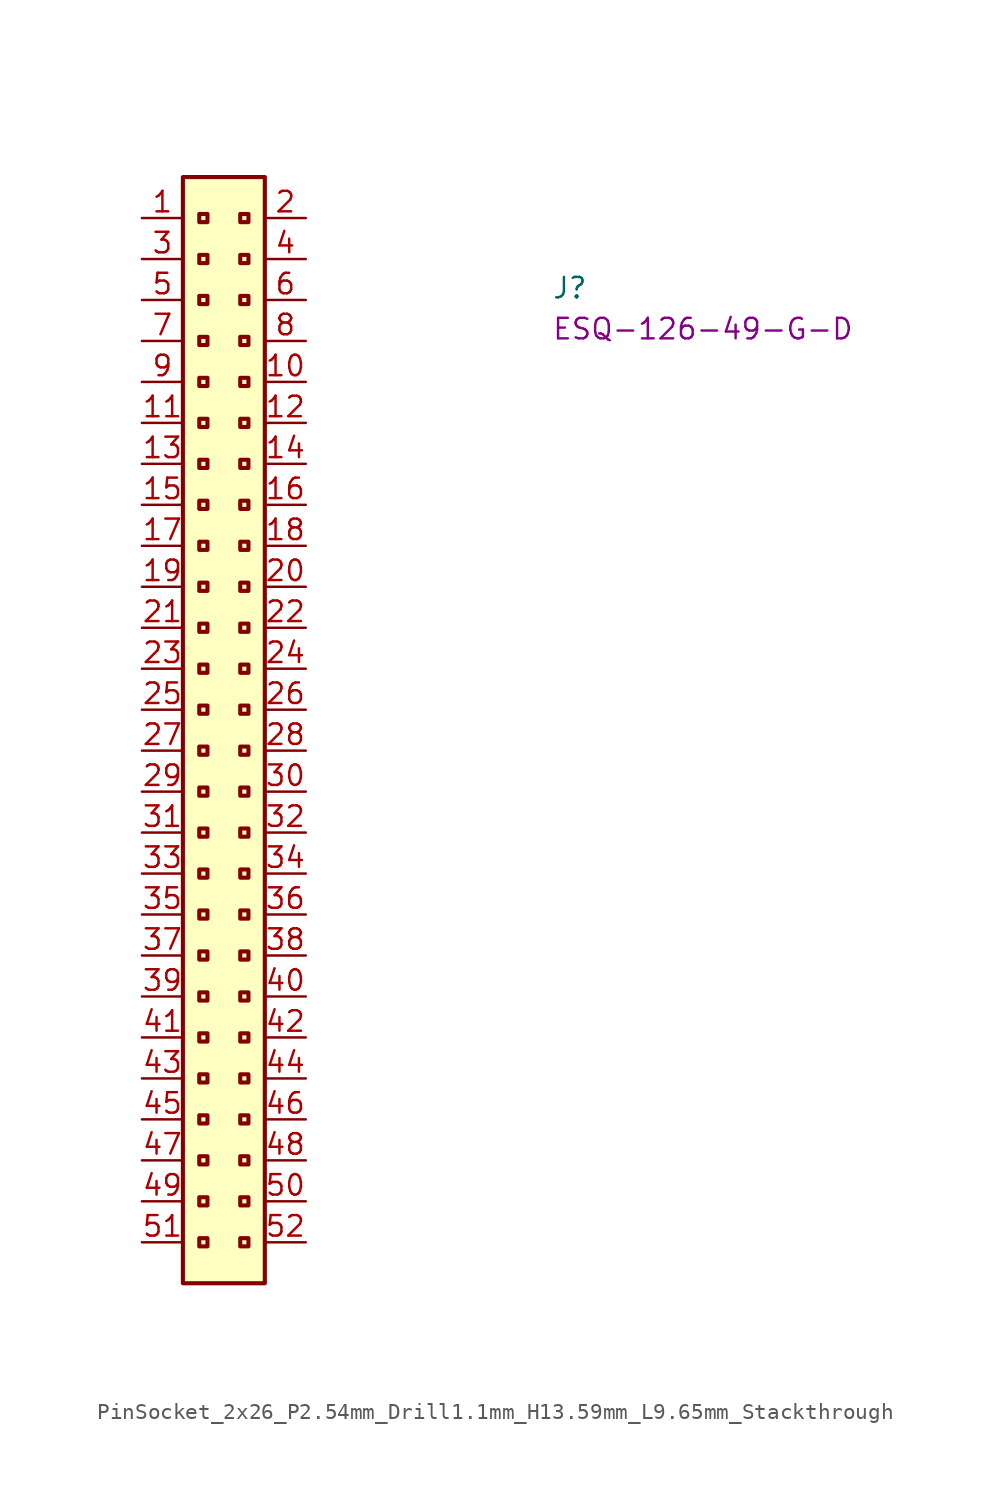
<source format=kicad_sym>
(kicad_symbol_lib
  (version 20220914)
  (generator kicad_symbol_editor)
  (symbol "PinSocket_2x26_P2.54mm_Drill1.1mm_H13.59mm_L9.65mm_Stackthrough"
    (property "Reference" "J"
      (at 25.4 -5.08 0)
      (effects (font (size 1.27 1.27) (thickness 0.15)) (justify left bottom)))
    (property "MPN" "ESQ-126-49-G-D"
      (at 25.4 -7.62 0)
      (effects (font (size 1.27 1.27) (thickness 0.15)) (justify left bottom)))
    (symbol "PinSocket_2x26_P2.54mm_Drill1.1mm_H13.59mm_L9.65mm_Stackthrough_1_1"
      (rectangle (start 2.54 2.54) (end 7.62 -66.04) (stroke (width 0.254) (type default)) (fill (type background)))
      (rectangle (start 3.556 -63.246) (end 4.064 -63.754) (stroke (width 0.254) (type default)) (fill (type background)))
      (rectangle (start 3.556 -60.706) (end 4.064 -61.214) (stroke (width 0.254) (type default)) (fill (type background)))
      (rectangle (start 3.556 -58.166) (end 4.064 -58.674) (stroke (width 0.254) (type default)) (fill (type background)))
      (rectangle (start 3.556 -55.626) (end 4.064 -56.134) (stroke (width 0.254) (type default)) (fill (type background)))
      (rectangle (start 3.556 -53.086) (end 4.064 -53.594) (stroke (width 0.254) (type default)) (fill (type background)))
      (rectangle (start 3.556 -50.546) (end 4.064 -51.054) (stroke (width 0.254) (type default)) (fill (type background)))
      (rectangle (start 3.556 -48.006) (end 4.064 -48.514) (stroke (width 0.254) (type default)) (fill (type background)))
      (rectangle (start 3.556 -45.466) (end 4.064 -45.974) (stroke (width 0.254) (type default)) (fill (type background)))
      (rectangle (start 3.556 -42.926) (end 4.064 -43.434) (stroke (width 0.254) (type default)) (fill (type background)))
      (rectangle (start 3.556 -40.386) (end 4.064 -40.894) (stroke (width 0.254) (type default)) (fill (type background)))
      (rectangle (start 3.556 -37.846) (end 4.064 -38.354) (stroke (width 0.254) (type default)) (fill (type background)))
      (rectangle (start 3.556 -35.306) (end 4.064 -35.814) (stroke (width 0.254) (type default)) (fill (type background)))
      (rectangle (start 3.556 -32.766) (end 4.064 -33.274) (stroke (width 0.254) (type default)) (fill (type background)))
      (rectangle (start 3.556 -30.226) (end 4.064 -30.734) (stroke (width 0.254) (type default)) (fill (type background)))
      (rectangle (start 3.556 -27.686) (end 4.064 -28.194) (stroke (width 0.254) (type default)) (fill (type background)))
      (rectangle (start 3.556 -25.146) (end 4.064 -25.654) (stroke (width 0.254) (type default)) (fill (type background)))
      (rectangle (start 3.556 -22.606) (end 4.064 -23.114) (stroke (width 0.254) (type default)) (fill (type background)))
      (rectangle (start 3.556 -20.066) (end 4.064 -20.574) (stroke (width 0.254) (type default)) (fill (type background)))
      (rectangle (start 3.556 -17.526) (end 4.064 -18.034) (stroke (width 0.254) (type default)) (fill (type background)))
      (rectangle (start 3.556 -14.986) (end 4.064 -15.494) (stroke (width 0.254) (type default)) (fill (type background)))
      (rectangle (start 3.556 -12.446) (end 4.064 -12.954) (stroke (width 0.254) (type default)) (fill (type background)))
      (rectangle (start 3.556 -9.906) (end 4.064 -10.414) (stroke (width 0.254) (type default)) (fill (type background)))
      (rectangle (start 3.556 -7.366) (end 4.064 -7.874) (stroke (width 0.254) (type default)) (fill (type background)))
      (rectangle (start 3.556 -4.826) (end 4.064 -5.334) (stroke (width 0.254) (type default)) (fill (type background)))
      (rectangle (start 3.556 -2.286) (end 4.064 -2.794) (stroke (width 0.254) (type default)) (fill (type background)))
      (rectangle (start 3.556 0.254) (end 4.064 -0.254) (stroke (width 0.254) (type default)) (fill (type background)))
      (rectangle (start 6.096 -63.246) (end 6.604 -63.754) (stroke (width 0.254) (type default)) (fill (type background)))
      (rectangle (start 6.096 -60.706) (end 6.604 -61.214) (stroke (width 0.254) (type default)) (fill (type background)))
      (rectangle (start 6.096 -58.166) (end 6.604 -58.674) (stroke (width 0.254) (type default)) (fill (type background)))
      (rectangle (start 6.096 -55.626) (end 6.604 -56.134) (stroke (width 0.254) (type default)) (fill (type background)))
      (rectangle (start 6.096 -53.086) (end 6.604 -53.594) (stroke (width 0.254) (type default)) (fill (type background)))
      (rectangle (start 6.096 -50.546) (end 6.604 -51.054) (stroke (width 0.254) (type default)) (fill (type background)))
      (rectangle (start 6.096 -48.006) (end 6.604 -48.514) (stroke (width 0.254) (type default)) (fill (type background)))
      (rectangle (start 6.096 -45.466) (end 6.604 -45.974) (stroke (width 0.254) (type default)) (fill (type background)))
      (rectangle (start 6.096 -42.926) (end 6.604 -43.434) (stroke (width 0.254) (type default)) (fill (type background)))
      (rectangle (start 6.096 -40.386) (end 6.604 -40.894) (stroke (width 0.254) (type default)) (fill (type background)))
      (rectangle (start 6.096 -37.846) (end 6.604 -38.354) (stroke (width 0.254) (type default)) (fill (type background)))
      (rectangle (start 6.096 -35.306) (end 6.604 -35.814) (stroke (width 0.254) (type default)) (fill (type background)))
      (rectangle (start 6.096 -32.766) (end 6.604 -33.274) (stroke (width 0.254) (type default)) (fill (type background)))
      (rectangle (start 6.096 -30.226) (end 6.604 -30.734) (stroke (width 0.254) (type default)) (fill (type background)))
      (rectangle (start 6.096 -27.686) (end 6.604 -28.194) (stroke (width 0.254) (type default)) (fill (type background)))
      (rectangle (start 6.096 -25.146) (end 6.604 -25.654) (stroke (width 0.254) (type default)) (fill (type background)))
      (rectangle (start 6.096 -22.606) (end 6.604 -23.114) (stroke (width 0.254) (type default)) (fill (type background)))
      (rectangle (start 6.096 -20.066) (end 6.604 -20.574) (stroke (width 0.254) (type default)) (fill (type background)))
      (rectangle (start 6.096 -17.526) (end 6.604 -18.034) (stroke (width 0.254) (type default)) (fill (type background)))
      (rectangle (start 6.096 -14.986) (end 6.604 -15.494) (stroke (width 0.254) (type default)) (fill (type background)))
      (rectangle (start 6.096 -12.446) (end 6.604 -12.954) (stroke (width 0.254) (type default)) (fill (type background)))
      (rectangle (start 6.096 -9.906) (end 6.604 -10.414) (stroke (width 0.254) (type default)) (fill (type background)))
      (rectangle (start 6.096 -7.366) (end 6.604 -7.874) (stroke (width 0.254) (type default)) (fill (type background)))
      (rectangle (start 6.096 -4.826) (end 6.604 -5.334) (stroke (width 0.254) (type default)) (fill (type background)))
      (rectangle (start 6.096 -2.286) (end 6.604 -2.794) (stroke (width 0.254) (type default)) (fill (type background)))
      (rectangle (start 6.096 0.254) (end 6.604 -0.254) (stroke (width 0.254) (type default)) (fill (type background)))
      (text "" (at 2.54 -63.5 0) (effects (font (size 1.27 1.27) (thickness 0.15)) (justify left bottom)))
      (text "" (at 2.54 -60.96 0) (effects (font (size 1.27 1.27) (thickness 0.15)) (justify left bottom)))
      (text "" (at 2.54 -58.42 0) (effects (font (size 1.27 1.27) (thickness 0.15)) (justify left bottom)))
      (text "" (at 2.54 -55.88 0) (effects (font (size 1.27 1.27) (thickness 0.15)) (justify left bottom)))
      (text "" (at 2.54 -53.34 0) (effects (font (size 1.27 1.27) (thickness 0.15)) (justify left bottom)))
      (text "" (at 2.54 -50.8 0) (effects (font (size 1.27 1.27) (thickness 0.15)) (justify left bottom)))
      (text "" (at 2.54 -48.26 0) (effects (font (size 1.27 1.27) (thickness 0.15)) (justify left bottom)))
      (text "" (at 2.54 -43.18 0) (effects (font (size 1.27 1.27) (thickness 0.15)) (justify left bottom)))
      (text "" (at 2.54 -40.64 0) (effects (font (size 1.27 1.27) (thickness 0.15)) (justify left bottom)))
      (text "" (at 2.54 -40.64 0) (effects (font (size 1.27 1.27) (thickness 0.15)) (justify left bottom)))
      (pin passive line (at 0 0 0) (length 2.54) (name "~" (effects (font (size 1.27 1.27)))) (number "1" (effects (font (size 1.27 1.27)))))
      (pin passive line (at 10.16 -10.16 180) (length 2.54) (name "~" (effects (font (size 1.27 1.27)))) (number "10" (effects (font (size 1.27 1.27)))))
      (pin passive line (at 0 -12.7 0) (length 2.54) (name "~" (effects (font (size 1.27 1.27)))) (number "11" (effects (font (size 1.27 1.27)))))
      (pin passive line (at 10.16 -12.7 180) (length 2.54) (name "~" (effects (font (size 1.27 1.27)))) (number "12" (effects (font (size 1.27 1.27)))))
      (pin passive line (at 0 -15.24 0) (length 2.54) (name "~" (effects (font (size 1.27 1.27)))) (number "13" (effects (font (size 1.27 1.27)))))
      (pin passive line (at 10.16 -15.24 180) (length 2.54) (name "~" (effects (font (size 1.27 1.27)))) (number "14" (effects (font (size 1.27 1.27)))))
      (pin passive line (at 0 -17.78 0) (length 2.54) (name "~" (effects (font (size 1.27 1.27)))) (number "15" (effects (font (size 1.27 1.27)))))
      (pin passive line (at 10.16 -17.78 180) (length 2.54) (name "~" (effects (font (size 1.27 1.27)))) (number "16" (effects (font (size 1.27 1.27)))))
      (pin passive line (at 0 -20.32 0) (length 2.54) (name "~" (effects (font (size 1.27 1.27)))) (number "17" (effects (font (size 1.27 1.27)))))
      (pin passive line (at 10.16 -20.32 180) (length 2.54) (name "~" (effects (font (size 1.27 1.27)))) (number "18" (effects (font (size 1.27 1.27)))))
      (pin passive line (at 0 -22.86 0) (length 2.54) (name "~" (effects (font (size 1.27 1.27)))) (number "19" (effects (font (size 1.27 1.27)))))
      (pin passive line (at 10.16 0 180) (length 2.54) (name "~" (effects (font (size 1.27 1.27)))) (number "2" (effects (font (size 1.27 1.27)))))
      (pin passive line (at 10.16 -22.86 180) (length 2.54) (name "~" (effects (font (size 1.27 1.27)))) (number "20" (effects (font (size 1.27 1.27)))))
      (pin passive line (at 0 -25.4 0) (length 2.54) (name "~" (effects (font (size 1.27 1.27)))) (number "21" (effects (font (size 1.27 1.27)))))
      (pin passive line (at 10.16 -25.4 180) (length 2.54) (name "~" (effects (font (size 1.27 1.27)))) (number "22" (effects (font (size 1.27 1.27)))))
      (pin passive line (at 0 -27.94 0) (length 2.54) (name "~" (effects (font (size 1.27 1.27)))) (number "23" (effects (font (size 1.27 1.27)))))
      (pin passive line (at 10.16 -27.94 180) (length 2.54) (name "~" (effects (font (size 1.27 1.27)))) (number "24" (effects (font (size 1.27 1.27)))))
      (pin passive line (at 0 -30.48 0) (length 2.54) (name "~" (effects (font (size 1.27 1.27)))) (number "25" (effects (font (size 1.27 1.27)))))
      (pin passive line (at 10.16 -30.48 180) (length 2.54) (name "~" (effects (font (size 1.27 1.27)))) (number "26" (effects (font (size 1.27 1.27)))))
      (pin passive line (at 0 -33.02 0) (length 2.54) (name "~" (effects (font (size 1.27 1.27)))) (number "27" (effects (font (size 1.27 1.27)))))
      (pin passive line (at 10.16 -33.02 180) (length 2.54) (name "~" (effects (font (size 1.27 1.27)))) (number "28" (effects (font (size 1.27 1.27)))))
      (pin passive line (at 0 -35.56 0) (length 2.54) (name "~" (effects (font (size 1.27 1.27)))) (number "29" (effects (font (size 1.27 1.27)))))
      (pin passive line (at 0 -2.54 0) (length 2.54) (name "~" (effects (font (size 1.27 1.27)))) (number "3" (effects (font (size 1.27 1.27)))))
      (pin passive line (at 10.16 -35.56 180) (length 2.54) (name "~" (effects (font (size 1.27 1.27)))) (number "30" (effects (font (size 1.27 1.27)))))
      (pin passive line (at 0 -38.1 0) (length 2.54) (name "~" (effects (font (size 1.27 1.27)))) (number "31" (effects (font (size 1.27 1.27)))))
      (pin passive line (at 10.16 -38.1 180) (length 2.54) (name "~" (effects (font (size 1.27 1.27)))) (number "32" (effects (font (size 1.27 1.27)))))
      (pin passive line (at 0 -40.64 0) (length 2.54) (name "~" (effects (font (size 1.27 1.27)))) (number "33" (effects (font (size 1.27 1.27)))))
      (pin passive line (at 10.16 -40.64 180) (length 2.54) (name "~" (effects (font (size 1.27 1.27)))) (number "34" (effects (font (size 1.27 1.27)))))
      (pin passive line (at 0 -43.18 0) (length 2.54) (name "~" (effects (font (size 1.27 1.27)))) (number "35" (effects (font (size 1.27 1.27)))))
      (pin passive line (at 10.16 -43.18 180) (length 2.54) (name "~" (effects (font (size 1.27 1.27)))) (number "36" (effects (font (size 1.27 1.27)))))
      (pin passive line (at 0 -45.72 0) (length 2.54) (name "~" (effects (font (size 1.27 1.27)))) (number "37" (effects (font (size 1.27 1.27)))))
      (pin passive line (at 10.16 -45.72 180) (length 2.54) (name "~" (effects (font (size 1.27 1.27)))) (number "38" (effects (font (size 1.27 1.27)))))
      (pin passive line (at 0 -48.26 0) (length 2.54) (name "~" (effects (font (size 1.27 1.27)))) (number "39" (effects (font (size 1.27 1.27)))))
      (pin passive line (at 10.16 -2.54 180) (length 2.54) (name "~" (effects (font (size 1.27 1.27)))) (number "4" (effects (font (size 1.27 1.27)))))
      (pin passive line (at 10.16 -48.26 180) (length 2.54) (name "~" (effects (font (size 1.27 1.27)))) (number "40" (effects (font (size 1.27 1.27)))))
      (pin passive line (at 0 -50.8 0) (length 2.54) (name "~" (effects (font (size 1.27 1.27)))) (number "41" (effects (font (size 1.27 1.27)))))
      (pin passive line (at 10.16 -50.8 180) (length 2.54) (name "~" (effects (font (size 1.27 1.27)))) (number "42" (effects (font (size 1.27 1.27)))))
      (pin passive line (at 0 -53.34 0) (length 2.54) (name "~" (effects (font (size 1.27 1.27)))) (number "43" (effects (font (size 1.27 1.27)))))
      (pin passive line (at 10.16 -53.34 180) (length 2.54) (name "~" (effects (font (size 1.27 1.27)))) (number "44" (effects (font (size 1.27 1.27)))))
      (pin passive line (at 0 -55.88 0) (length 2.54) (name "~" (effects (font (size 1.27 1.27)))) (number "45" (effects (font (size 1.27 1.27)))))
      (pin passive line (at 10.16 -55.88 180) (length 2.54) (name "~" (effects (font (size 1.27 1.27)))) (number "46" (effects (font (size 1.27 1.27)))))
      (pin passive line (at 0 -58.42 0) (length 2.54) (name "~" (effects (font (size 1.27 1.27)))) (number "47" (effects (font (size 1.27 1.27)))))
      (pin passive line (at 10.16 -58.42 180) (length 2.54) (name "~" (effects (font (size 1.27 1.27)))) (number "48" (effects (font (size 1.27 1.27)))))
      (pin passive line (at 0 -60.96 0) (length 2.54) (name "~" (effects (font (size 1.27 1.27)))) (number "49" (effects (font (size 1.27 1.27)))))
      (pin passive line (at 0 -5.08 0) (length 2.54) (name "~" (effects (font (size 1.27 1.27)))) (number "5" (effects (font (size 1.27 1.27)))))
      (pin passive line (at 10.16 -60.96 180) (length 2.54) (name "~" (effects (font (size 1.27 1.27)))) (number "50" (effects (font (size 1.27 1.27)))))
      (pin passive line (at 0 -63.5 0) (length 2.54) (name "~" (effects (font (size 1.27 1.27)))) (number "51" (effects (font (size 1.27 1.27)))))
      (pin passive line (at 10.16 -63.5 180) (length 2.54) (name "~" (effects (font (size 1.27 1.27)))) (number "52" (effects (font (size 1.27 1.27)))))
      (pin passive line (at 10.16 -5.08 180) (length 2.54) (name "~" (effects (font (size 1.27 1.27)))) (number "6" (effects (font (size 1.27 1.27)))))
      (pin passive line (at 0 -7.62 0) (length 2.54) (name "~" (effects (font (size 1.27 1.27)))) (number "7" (effects (font (size 1.27 1.27)))))
      (pin passive line (at 10.16 -7.62 180) (length 2.54) (name "~" (effects (font (size 1.27 1.27)))) (number "8" (effects (font (size 1.27 1.27)))))
      (pin passive line (at 0 -10.16 0) (length 2.54) (name "~" (effects (font (size 1.27 1.27)))) (number "9" (effects (font (size 1.27 1.27))))))))
</source>
